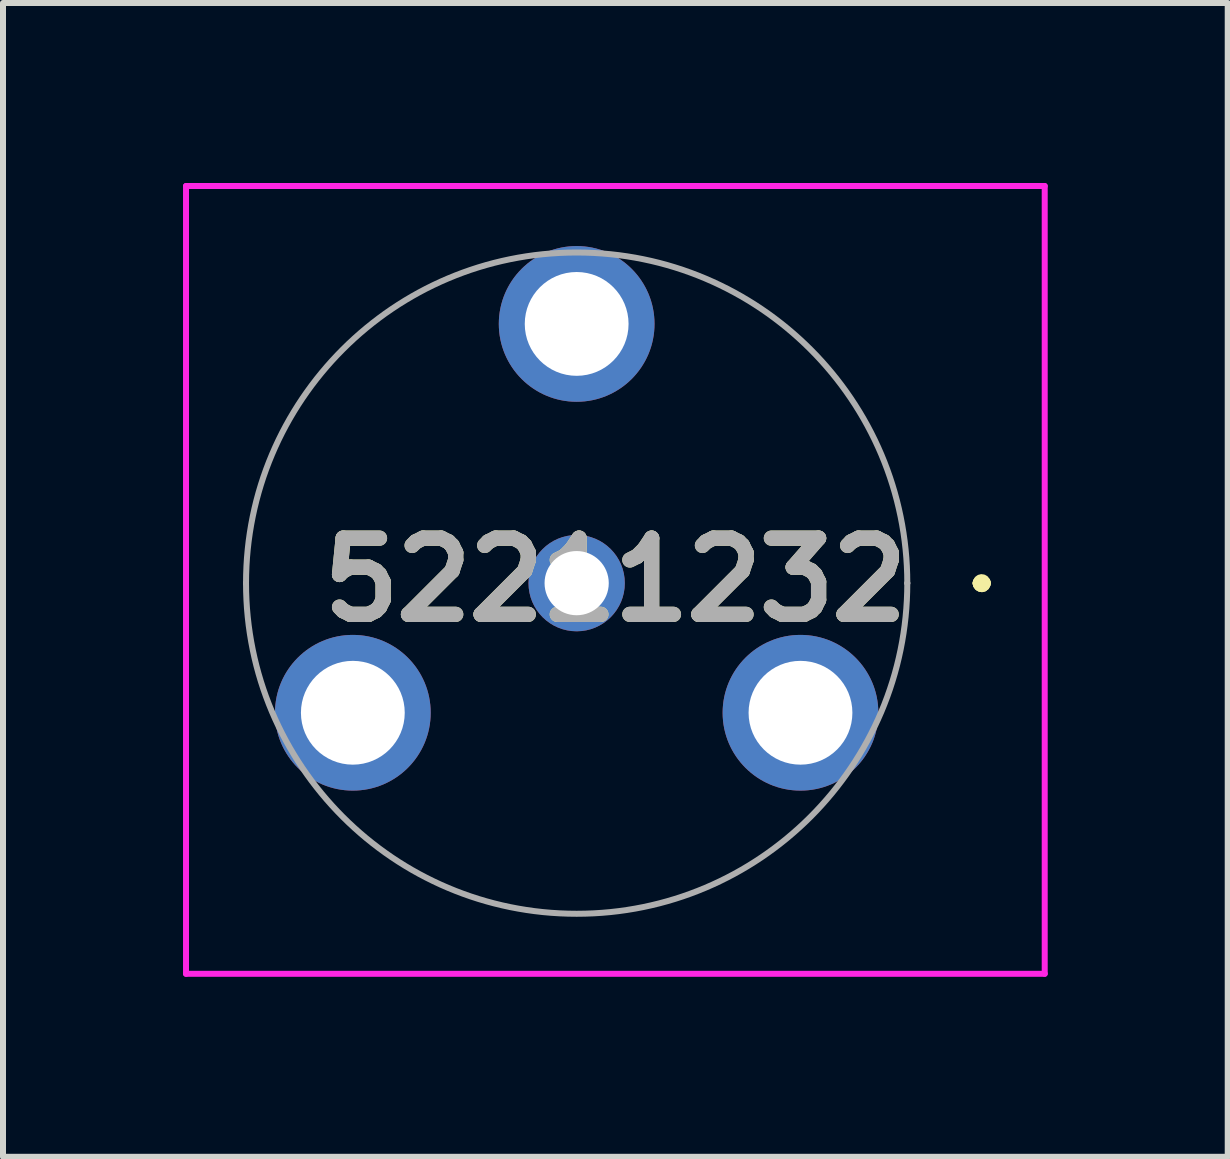
<source format=kicad_pcb>
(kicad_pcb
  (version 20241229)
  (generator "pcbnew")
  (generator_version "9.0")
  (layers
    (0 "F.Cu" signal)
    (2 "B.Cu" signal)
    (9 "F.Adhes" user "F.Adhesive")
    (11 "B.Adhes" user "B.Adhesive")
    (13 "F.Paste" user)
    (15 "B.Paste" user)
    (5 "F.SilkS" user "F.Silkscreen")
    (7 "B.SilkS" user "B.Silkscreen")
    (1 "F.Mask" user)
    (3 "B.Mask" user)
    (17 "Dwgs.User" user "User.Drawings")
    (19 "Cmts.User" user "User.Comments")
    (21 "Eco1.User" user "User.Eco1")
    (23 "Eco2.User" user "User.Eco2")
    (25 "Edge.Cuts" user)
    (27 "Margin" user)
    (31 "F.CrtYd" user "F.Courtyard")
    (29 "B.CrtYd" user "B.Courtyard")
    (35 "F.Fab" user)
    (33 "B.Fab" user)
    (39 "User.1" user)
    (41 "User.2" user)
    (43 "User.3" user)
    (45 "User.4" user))
  (footprint "52211232"
    (layer "F.Cu")
    (at 6.56 6.668)
    (property "Reference" "52211232" (at 0.645 -0.054 0) (layer "F.SilkS") (effects (font (size 1.27 1.27) (thickness 0.254))))
    (attr through_hole)
    (fp_line (start 6.7 0) (end 6.7 0) (stroke (width 0.2) (type solid)) (layer "F.SilkS"))
    (fp_line (start 6.7 0) (end 6.7 0) (stroke (width 0.2) (type solid)) (layer "F.SilkS"))
    (fp_line (start 6.8 0) (end 6.8 0) (stroke (width 0.2) (type solid)) (layer "F.SilkS"))
    (fp_arc (start 6.7 0) (mid 6.75 -0.05) (end 6.8 0) (stroke (width 0.2) (type solid)) (layer "F.SilkS"))
    (fp_arc (start 6.8 0) (mid 6.75 0.05) (end 6.7 0) (stroke (width 0.2) (type solid)) (layer "F.SilkS"))
    (fp_arc (start 6.8 0) (mid 6.75 0.05) (end 6.7 0) (stroke (width 0.2) (type solid)) (layer "F.SilkS"))
    (fp_line (start -6.51 -6.618) (end 7.8 -6.618) (stroke (width 0.1) (type solid)) (layer "F.CrtYd"))
    (fp_line (start -6.51 6.51) (end -6.51 -6.618) (stroke (width 0.1) (type solid)) (layer "F.CrtYd"))
    (fp_line (start 7.8 -6.618) (end 7.8 6.51) (stroke (width 0.1) (type solid)) (layer "F.CrtYd"))
    (fp_line (start 7.8 6.51) (end -6.51 6.51) (stroke (width 0.1) (type solid)) (layer "F.CrtYd"))
    (fp_line (start -5.51 0) (end -5.51 0) (stroke (width 0.1) (type solid)) (layer "F.Fab"))
    (fp_line (start 5.51 0) (end 5.51 0) (stroke (width 0.1) (type solid)) (layer "F.Fab"))
    (fp_arc (start -5.51 0) (mid 0 -5.51) (end 5.51 0) (stroke (width 0.1) (type solid)) (layer "F.Fab"))
    (fp_arc (start 5.51 0) (mid 0 5.51) (end -5.51 0) (stroke (width 0.1) (type solid)) (layer "F.Fab"))
    (fp_text user "${REFERENCE}" (at 0.645 -0.054 0) (layer "F.Fab") (effects (font (size 1.27 1.27) (thickness 0.254))))
    (pad "1" thru_hole circle (at 0 0) (size 1.605 1.605) (drill 1.07) (layers "*.Cu" "*.Mask"))
    (pad "2" thru_hole circle (at 0 -4.32) (size 2.595 2.595) (drill 1.73) (layers "*.Cu" "*.Mask"))
    (pad "3" thru_hole circle (at 3.73 2.16) (size 2.595 2.595) (drill 1.73) (layers "*.Cu" "*.Mask"))
    (pad "4" thru_hole circle (at -3.73 2.16) (size 2.595 2.595) (drill 1.73) (layers "*.Cu" "*.Mask")))
  (gr_rect
    (start -3 -3)
    (end 17.41 16.228)
    (stroke (width 0.1) (type default))
    (fill no)
    (layer "Edge.Cuts")))
</source>
